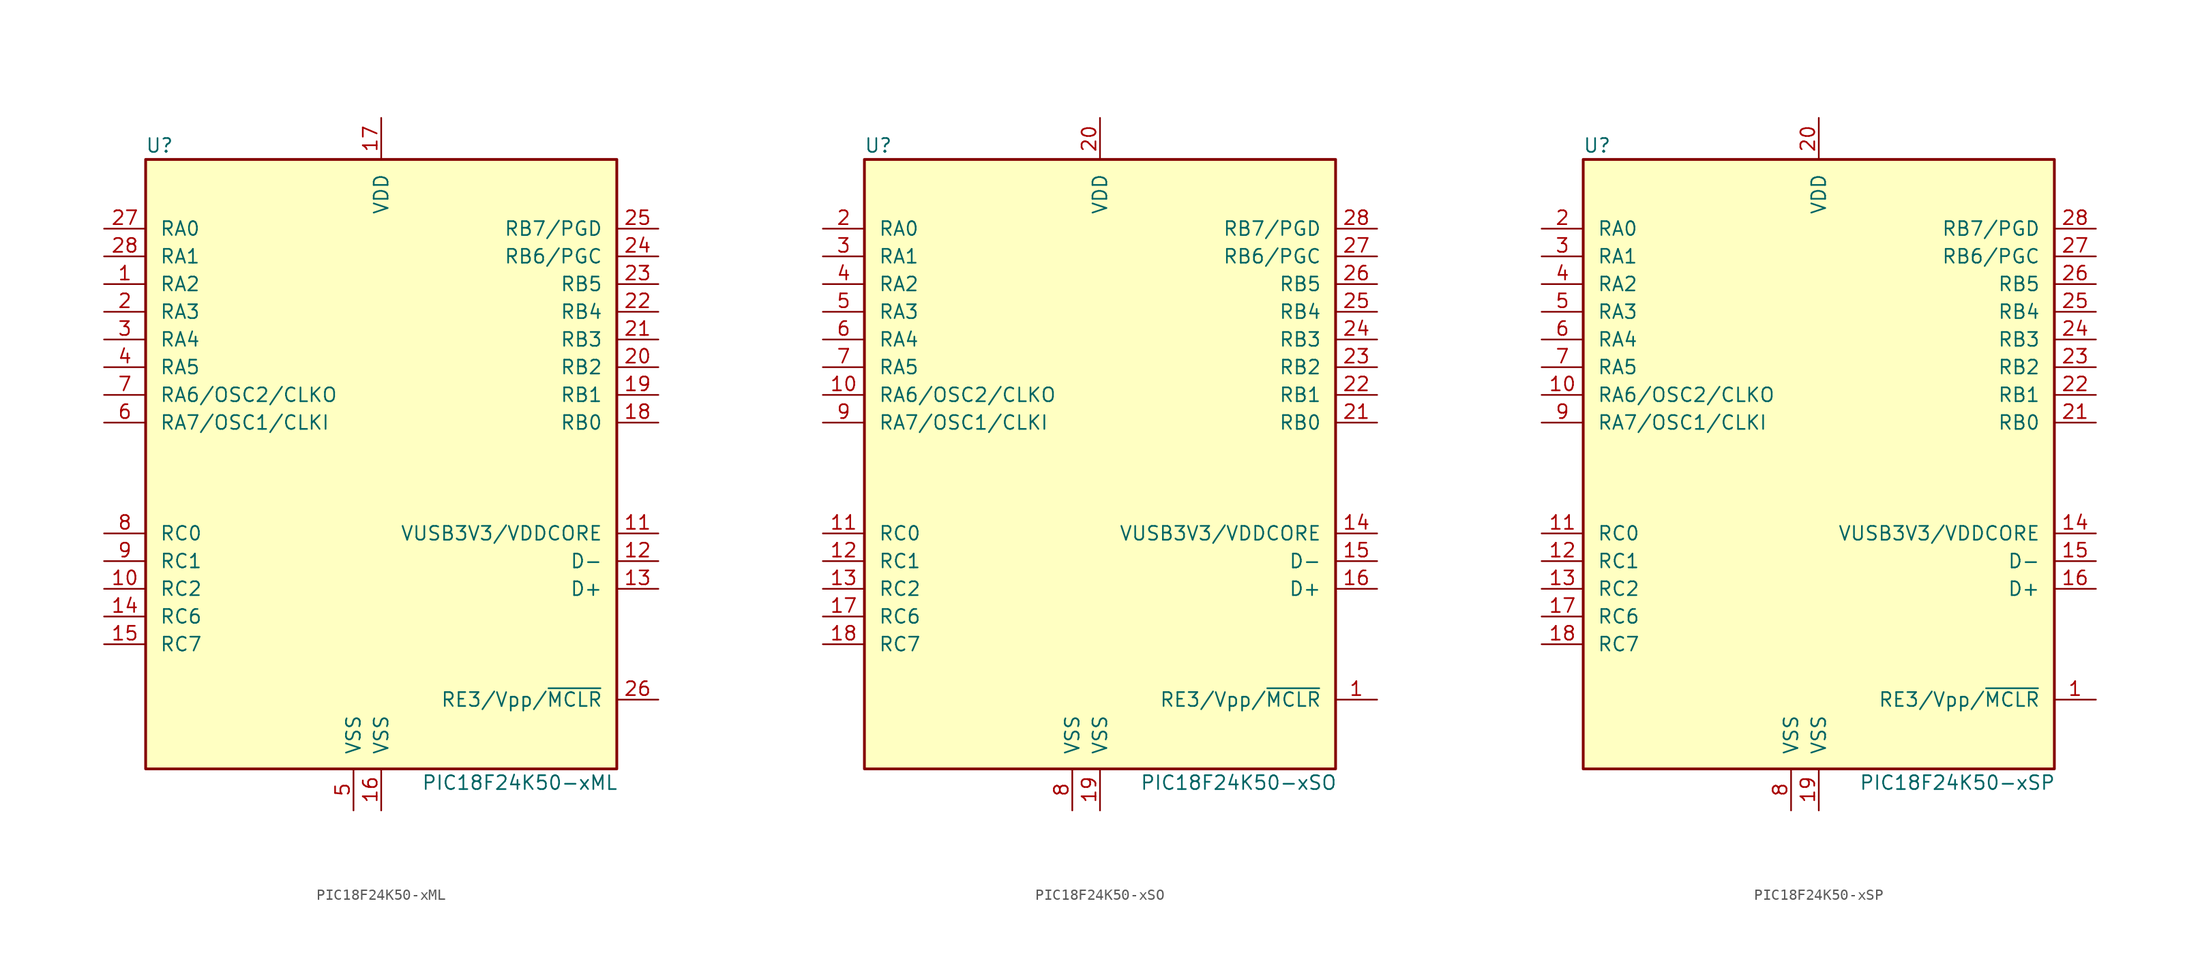
<source format=kicad_sym>
(kicad_symbol_lib
  (version 20201005)
  (generator kicad_symbol_editor)
  (symbol "MCU_Microchip_PIC18:PIC18F24K50-xML"
    (pin_names
      (offset 1.27))
    (property "Reference" "U"
      (at -20.32 30.48 0)
      (effects (font (size 1.27 1.27))))
    (property "Value" "PIC18F24K50-xML"
      (at 12.7 -27.94 0)
      (effects (font (size 1.27 1.27))))
    (symbol "PIC18F24K50-xML_0_1"
      (rectangle (start -21.59 29.21) (end 21.59 -26.67) (stroke (width 0.254)) (fill (type background))))
    (symbol "PIC18F24K50-xML_1_1"
      (pin bidirectional line (at -25.4 17.78 0) (length 3.81) (name "RA2" (effects (font (size 1.27 1.27)))) (number "1" (effects (font (size 1.27 1.27)))))
      (pin bidirectional line (at -25.4 -10.16 0) (length 3.81) (name "RC2" (effects (font (size 1.27 1.27)))) (number "10" (effects (font (size 1.27 1.27)))))
      (pin bidirectional line (at 25.4 -5.08 180) (length 3.81) (name "VUSB3V3/VDDCORE" (effects (font (size 1.27 1.27)))) (number "11" (effects (font (size 1.27 1.27)))))
      (pin bidirectional line (at 25.4 -7.62 180) (length 3.81) (name "D-" (effects (font (size 1.27 1.27)))) (number "12" (effects (font (size 1.27 1.27)))))
      (pin bidirectional line (at 25.4 -10.16 180) (length 3.81) (name "D+" (effects (font (size 1.27 1.27)))) (number "13" (effects (font (size 1.27 1.27)))))
      (pin bidirectional line (at -25.4 -12.7 0) (length 3.81) (name "RC6" (effects (font (size 1.27 1.27)))) (number "14" (effects (font (size 1.27 1.27)))))
      (pin bidirectional line (at -25.4 -15.24 0) (length 3.81) (name "RC7" (effects (font (size 1.27 1.27)))) (number "15" (effects (font (size 1.27 1.27)))))
      (pin power_in line (at 0 -30.48 90) (length 3.81) (name "VSS" (effects (font (size 1.27 1.27)))) (number "16" (effects (font (size 1.27 1.27)))))
      (pin power_in line (at 0 33.02 270) (length 3.81) (name "VDD" (effects (font (size 1.27 1.27)))) (number "17" (effects (font (size 1.27 1.27)))))
      (pin bidirectional line (at 25.4 5.08 180) (length 3.81) (name "RB0" (effects (font (size 1.27 1.27)))) (number "18" (effects (font (size 1.27 1.27)))))
      (pin bidirectional line (at 25.4 7.62 180) (length 3.81) (name "RB1" (effects (font (size 1.27 1.27)))) (number "19" (effects (font (size 1.27 1.27)))))
      (pin bidirectional line (at -25.4 15.24 0) (length 3.81) (name "RA3" (effects (font (size 1.27 1.27)))) (number "2" (effects (font (size 1.27 1.27)))))
      (pin bidirectional line (at 25.4 10.16 180) (length 3.81) (name "RB2" (effects (font (size 1.27 1.27)))) (number "20" (effects (font (size 1.27 1.27)))))
      (pin bidirectional line (at 25.4 12.7 180) (length 3.81) (name "RB3" (effects (font (size 1.27 1.27)))) (number "21" (effects (font (size 1.27 1.27)))))
      (pin bidirectional line (at 25.4 15.24 180) (length 3.81) (name "RB4" (effects (font (size 1.27 1.27)))) (number "22" (effects (font (size 1.27 1.27)))))
      (pin bidirectional line (at 25.4 17.78 180) (length 3.81) (name "RB5" (effects (font (size 1.27 1.27)))) (number "23" (effects (font (size 1.27 1.27)))))
      (pin bidirectional line (at 25.4 20.32 180) (length 3.81) (name "RB6/PGC" (effects (font (size 1.27 1.27)))) (number "24" (effects (font (size 1.27 1.27)))))
      (pin bidirectional line (at 25.4 22.86 180) (length 3.81) (name "RB7/PGD" (effects (font (size 1.27 1.27)))) (number "25" (effects (font (size 1.27 1.27)))))
      (pin input line (at 25.4 -20.32 180) (length 3.81) (name "RE3/Vpp/~MCLR~" (effects (font (size 1.27 1.27)))) (number "26" (effects (font (size 1.27 1.27)))))
      (pin bidirectional line (at -25.4 22.86 0) (length 3.81) (name "RA0" (effects (font (size 1.27 1.27)))) (number "27" (effects (font (size 1.27 1.27)))))
      (pin bidirectional line (at -25.4 20.32 0) (length 3.81) (name "RA1" (effects (font (size 1.27 1.27)))) (number "28" (effects (font (size 1.27 1.27)))))
      (pin bidirectional line (at -25.4 12.7 0) (length 3.81) (name "RA4" (effects (font (size 1.27 1.27)))) (number "3" (effects (font (size 1.27 1.27)))))
      (pin bidirectional line (at -25.4 10.16 0) (length 3.81) (name "RA5" (effects (font (size 1.27 1.27)))) (number "4" (effects (font (size 1.27 1.27)))))
      (pin power_in line (at -2.54 -30.48 90) (length 3.81) (name "VSS" (effects (font (size 1.27 1.27)))) (number "5" (effects (font (size 1.27 1.27)))))
      (pin input line (at -25.4 5.08 0) (length 3.81) (name "RA7/OSC1/CLKI" (effects (font (size 1.27 1.27)))) (number "6" (effects (font (size 1.27 1.27)))))
      (pin output line (at -25.4 7.62 0) (length 3.81) (name "RA6/OSC2/CLKO" (effects (font (size 1.27 1.27)))) (number "7" (effects (font (size 1.27 1.27)))))
      (pin bidirectional line (at -25.4 -5.08 0) (length 3.81) (name "RC0" (effects (font (size 1.27 1.27)))) (number "8" (effects (font (size 1.27 1.27)))))
      (pin bidirectional line (at -25.4 -7.62 0) (length 3.81) (name "RC1" (effects (font (size 1.27 1.27)))) (number "9" (effects (font (size 1.27 1.27)))))))
  (symbol "MCU_Microchip_PIC18:PIC18F24K50-xSO"
    (pin_names
      (offset 1.27))
    (property "Reference" "U"
      (at -20.32 30.48 0)
      (effects (font (size 1.27 1.27))))
    (property "Value" "PIC18F24K50-xSO"
      (at 12.7 -27.94 0)
      (effects (font (size 1.27 1.27))))
    (symbol "PIC18F24K50-xSO_0_1"
      (rectangle (start -21.59 29.21) (end 21.59 -26.67) (stroke (width 0.254)) (fill (type background))))
    (symbol "PIC18F24K50-xSO_1_1"
      (pin input line (at 25.4 -20.32 180) (length 3.81) (name "RE3/Vpp/~MCLR~" (effects (font (size 1.27 1.27)))) (number "1" (effects (font (size 1.27 1.27)))))
      (pin output line (at -25.4 7.62 0) (length 3.81) (name "RA6/OSC2/CLKO" (effects (font (size 1.27 1.27)))) (number "10" (effects (font (size 1.27 1.27)))))
      (pin bidirectional line (at -25.4 -5.08 0) (length 3.81) (name "RC0" (effects (font (size 1.27 1.27)))) (number "11" (effects (font (size 1.27 1.27)))))
      (pin bidirectional line (at -25.4 -7.62 0) (length 3.81) (name "RC1" (effects (font (size 1.27 1.27)))) (number "12" (effects (font (size 1.27 1.27)))))
      (pin bidirectional line (at -25.4 -10.16 0) (length 3.81) (name "RC2" (effects (font (size 1.27 1.27)))) (number "13" (effects (font (size 1.27 1.27)))))
      (pin bidirectional line (at 25.4 -5.08 180) (length 3.81) (name "VUSB3V3/VDDCORE" (effects (font (size 1.27 1.27)))) (number "14" (effects (font (size 1.27 1.27)))))
      (pin bidirectional line (at 25.4 -7.62 180) (length 3.81) (name "D-" (effects (font (size 1.27 1.27)))) (number "15" (effects (font (size 1.27 1.27)))))
      (pin bidirectional line (at 25.4 -10.16 180) (length 3.81) (name "D+" (effects (font (size 1.27 1.27)))) (number "16" (effects (font (size 1.27 1.27)))))
      (pin bidirectional line (at -25.4 -12.7 0) (length 3.81) (name "RC6" (effects (font (size 1.27 1.27)))) (number "17" (effects (font (size 1.27 1.27)))))
      (pin bidirectional line (at -25.4 -15.24 0) (length 3.81) (name "RC7" (effects (font (size 1.27 1.27)))) (number "18" (effects (font (size 1.27 1.27)))))
      (pin power_in line (at 0 -30.48 90) (length 3.81) (name "VSS" (effects (font (size 1.27 1.27)))) (number "19" (effects (font (size 1.27 1.27)))))
      (pin bidirectional line (at -25.4 22.86 0) (length 3.81) (name "RA0" (effects (font (size 1.27 1.27)))) (number "2" (effects (font (size 1.27 1.27)))))
      (pin power_in line (at 0 33.02 270) (length 3.81) (name "VDD" (effects (font (size 1.27 1.27)))) (number "20" (effects (font (size 1.27 1.27)))))
      (pin bidirectional line (at 25.4 5.08 180) (length 3.81) (name "RB0" (effects (font (size 1.27 1.27)))) (number "21" (effects (font (size 1.27 1.27)))))
      (pin bidirectional line (at 25.4 7.62 180) (length 3.81) (name "RB1" (effects (font (size 1.27 1.27)))) (number "22" (effects (font (size 1.27 1.27)))))
      (pin bidirectional line (at 25.4 10.16 180) (length 3.81) (name "RB2" (effects (font (size 1.27 1.27)))) (number "23" (effects (font (size 1.27 1.27)))))
      (pin bidirectional line (at 25.4 12.7 180) (length 3.81) (name "RB3" (effects (font (size 1.27 1.27)))) (number "24" (effects (font (size 1.27 1.27)))))
      (pin bidirectional line (at 25.4 15.24 180) (length 3.81) (name "RB4" (effects (font (size 1.27 1.27)))) (number "25" (effects (font (size 1.27 1.27)))))
      (pin bidirectional line (at 25.4 17.78 180) (length 3.81) (name "RB5" (effects (font (size 1.27 1.27)))) (number "26" (effects (font (size 1.27 1.27)))))
      (pin bidirectional line (at 25.4 20.32 180) (length 3.81) (name "RB6/PGC" (effects (font (size 1.27 1.27)))) (number "27" (effects (font (size 1.27 1.27)))))
      (pin bidirectional line (at 25.4 22.86 180) (length 3.81) (name "RB7/PGD" (effects (font (size 1.27 1.27)))) (number "28" (effects (font (size 1.27 1.27)))))
      (pin bidirectional line (at -25.4 20.32 0) (length 3.81) (name "RA1" (effects (font (size 1.27 1.27)))) (number "3" (effects (font (size 1.27 1.27)))))
      (pin bidirectional line (at -25.4 17.78 0) (length 3.81) (name "RA2" (effects (font (size 1.27 1.27)))) (number "4" (effects (font (size 1.27 1.27)))))
      (pin bidirectional line (at -25.4 15.24 0) (length 3.81) (name "RA3" (effects (font (size 1.27 1.27)))) (number "5" (effects (font (size 1.27 1.27)))))
      (pin bidirectional line (at -25.4 12.7 0) (length 3.81) (name "RA4" (effects (font (size 1.27 1.27)))) (number "6" (effects (font (size 1.27 1.27)))))
      (pin bidirectional line (at -25.4 10.16 0) (length 3.81) (name "RA5" (effects (font (size 1.27 1.27)))) (number "7" (effects (font (size 1.27 1.27)))))
      (pin power_in line (at -2.54 -30.48 90) (length 3.81) (name "VSS" (effects (font (size 1.27 1.27)))) (number "8" (effects (font (size 1.27 1.27)))))
      (pin input line (at -25.4 5.08 0) (length 3.81) (name "RA7/OSC1/CLKI" (effects (font (size 1.27 1.27)))) (number "9" (effects (font (size 1.27 1.27)))))))
  (symbol "MCU_Microchip_PIC18:PIC18F24K50-xSP"
    (pin_names
      (offset 1.27))
    (property "Reference" "U"
      (at -20.32 30.48 0)
      (effects (font (size 1.27 1.27))))
    (property "Value" "PIC18F24K50-xSP"
      (at 12.7 -27.94 0)
      (effects (font (size 1.27 1.27))))
    (symbol "PIC18F24K50-xSP_0_1"
      (rectangle (start -21.59 29.21) (end 21.59 -26.67) (stroke (width 0.254)) (fill (type background))))
    (symbol "PIC18F24K50-xSP_1_1"
      (pin input line (at 25.4 -20.32 180) (length 3.81) (name "RE3/Vpp/~MCLR~" (effects (font (size 1.27 1.27)))) (number "1" (effects (font (size 1.27 1.27)))))
      (pin output line (at -25.4 7.62 0) (length 3.81) (name "RA6/OSC2/CLKO" (effects (font (size 1.27 1.27)))) (number "10" (effects (font (size 1.27 1.27)))))
      (pin bidirectional line (at -25.4 -5.08 0) (length 3.81) (name "RC0" (effects (font (size 1.27 1.27)))) (number "11" (effects (font (size 1.27 1.27)))))
      (pin bidirectional line (at -25.4 -7.62 0) (length 3.81) (name "RC1" (effects (font (size 1.27 1.27)))) (number "12" (effects (font (size 1.27 1.27)))))
      (pin bidirectional line (at -25.4 -10.16 0) (length 3.81) (name "RC2" (effects (font (size 1.27 1.27)))) (number "13" (effects (font (size 1.27 1.27)))))
      (pin bidirectional line (at 25.4 -5.08 180) (length 3.81) (name "VUSB3V3/VDDCORE" (effects (font (size 1.27 1.27)))) (number "14" (effects (font (size 1.27 1.27)))))
      (pin bidirectional line (at 25.4 -7.62 180) (length 3.81) (name "D-" (effects (font (size 1.27 1.27)))) (number "15" (effects (font (size 1.27 1.27)))))
      (pin bidirectional line (at 25.4 -10.16 180) (length 3.81) (name "D+" (effects (font (size 1.27 1.27)))) (number "16" (effects (font (size 1.27 1.27)))))
      (pin bidirectional line (at -25.4 -12.7 0) (length 3.81) (name "RC6" (effects (font (size 1.27 1.27)))) (number "17" (effects (font (size 1.27 1.27)))))
      (pin bidirectional line (at -25.4 -15.24 0) (length 3.81) (name "RC7" (effects (font (size 1.27 1.27)))) (number "18" (effects (font (size 1.27 1.27)))))
      (pin power_in line (at 0 -30.48 90) (length 3.81) (name "VSS" (effects (font (size 1.27 1.27)))) (number "19" (effects (font (size 1.27 1.27)))))
      (pin bidirectional line (at -25.4 22.86 0) (length 3.81) (name "RA0" (effects (font (size 1.27 1.27)))) (number "2" (effects (font (size 1.27 1.27)))))
      (pin power_in line (at 0 33.02 270) (length 3.81) (name "VDD" (effects (font (size 1.27 1.27)))) (number "20" (effects (font (size 1.27 1.27)))))
      (pin bidirectional line (at 25.4 5.08 180) (length 3.81) (name "RB0" (effects (font (size 1.27 1.27)))) (number "21" (effects (font (size 1.27 1.27)))))
      (pin bidirectional line (at 25.4 7.62 180) (length 3.81) (name "RB1" (effects (font (size 1.27 1.27)))) (number "22" (effects (font (size 1.27 1.27)))))
      (pin bidirectional line (at 25.4 10.16 180) (length 3.81) (name "RB2" (effects (font (size 1.27 1.27)))) (number "23" (effects (font (size 1.27 1.27)))))
      (pin bidirectional line (at 25.4 12.7 180) (length 3.81) (name "RB3" (effects (font (size 1.27 1.27)))) (number "24" (effects (font (size 1.27 1.27)))))
      (pin bidirectional line (at 25.4 15.24 180) (length 3.81) (name "RB4" (effects (font (size 1.27 1.27)))) (number "25" (effects (font (size 1.27 1.27)))))
      (pin bidirectional line (at 25.4 17.78 180) (length 3.81) (name "RB5" (effects (font (size 1.27 1.27)))) (number "26" (effects (font (size 1.27 1.27)))))
      (pin bidirectional line (at 25.4 20.32 180) (length 3.81) (name "RB6/PGC" (effects (font (size 1.27 1.27)))) (number "27" (effects (font (size 1.27 1.27)))))
      (pin bidirectional line (at 25.4 22.86 180) (length 3.81) (name "RB7/PGD" (effects (font (size 1.27 1.27)))) (number "28" (effects (font (size 1.27 1.27)))))
      (pin bidirectional line (at -25.4 20.32 0) (length 3.81) (name "RA1" (effects (font (size 1.27 1.27)))) (number "3" (effects (font (size 1.27 1.27)))))
      (pin bidirectional line (at -25.4 17.78 0) (length 3.81) (name "RA2" (effects (font (size 1.27 1.27)))) (number "4" (effects (font (size 1.27 1.27)))))
      (pin bidirectional line (at -25.4 15.24 0) (length 3.81) (name "RA3" (effects (font (size 1.27 1.27)))) (number "5" (effects (font (size 1.27 1.27)))))
      (pin bidirectional line (at -25.4 12.7 0) (length 3.81) (name "RA4" (effects (font (size 1.27 1.27)))) (number "6" (effects (font (size 1.27 1.27)))))
      (pin bidirectional line (at -25.4 10.16 0) (length 3.81) (name "RA5" (effects (font (size 1.27 1.27)))) (number "7" (effects (font (size 1.27 1.27)))))
      (pin power_in line (at -2.54 -30.48 90) (length 3.81) (name "VSS" (effects (font (size 1.27 1.27)))) (number "8" (effects (font (size 1.27 1.27)))))
      (pin input line (at -25.4 5.08 0) (length 3.81) (name "RA7/OSC1/CLKI" (effects (font (size 1.27 1.27)))) (number "9" (effects (font (size 1.27 1.27))))))))
</source>
